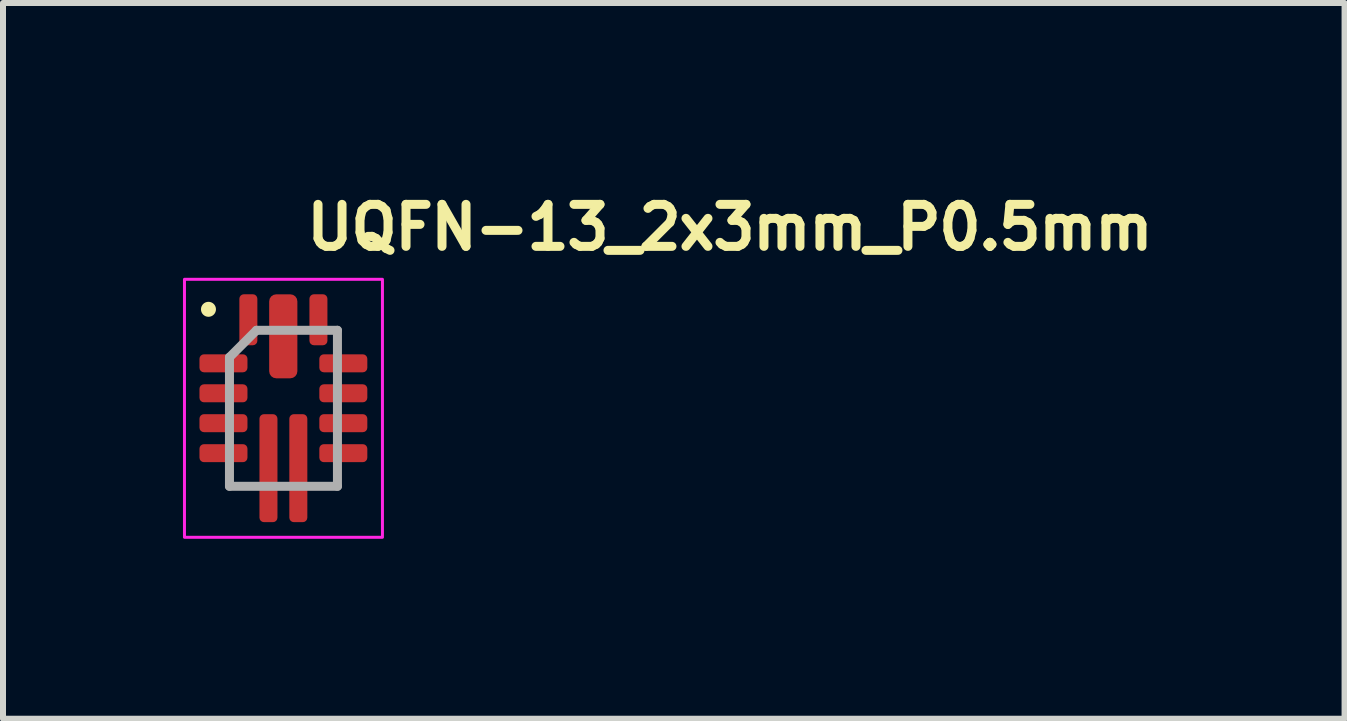
<source format=kicad_pcb>
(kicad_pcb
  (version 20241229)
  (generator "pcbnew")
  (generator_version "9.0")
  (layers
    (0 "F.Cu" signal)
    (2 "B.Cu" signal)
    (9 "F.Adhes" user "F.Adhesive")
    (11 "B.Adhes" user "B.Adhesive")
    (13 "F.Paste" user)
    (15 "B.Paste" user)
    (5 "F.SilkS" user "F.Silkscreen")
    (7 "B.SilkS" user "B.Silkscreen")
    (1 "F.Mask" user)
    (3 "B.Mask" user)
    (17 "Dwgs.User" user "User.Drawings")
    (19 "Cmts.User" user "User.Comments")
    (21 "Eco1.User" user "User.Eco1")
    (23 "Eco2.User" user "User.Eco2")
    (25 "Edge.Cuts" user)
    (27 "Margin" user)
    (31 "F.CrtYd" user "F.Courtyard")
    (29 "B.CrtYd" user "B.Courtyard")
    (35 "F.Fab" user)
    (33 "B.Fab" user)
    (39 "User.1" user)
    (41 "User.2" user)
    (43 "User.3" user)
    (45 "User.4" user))
  (footprint "UQFN-13_2x3mm_P0.5mm"
    (layer "F.Cu")
    (at 1.675 3.756)
    (property "Reference" "UQFN-13_2x3mm_P0.5mm" (at 0.311 -2.606 0) (layer "F.SilkS") (effects (font (size 0.7 0.7) (thickness 0.15)) (justify left bottom)))
    (attr smd)
    (fp_circle (center -1.25 -1.65) (end -1.2 -1.65) (stroke (width 0.15) (type solid)) (fill yes) (layer "F.SilkS"))
    (fp_rect (start -1.65 -2.15) (end 1.65 2.15) (stroke (width 0.05) (type solid)) (fill no) (layer "F.CrtYd"))
    (fp_line (start -0.9 -0.85) (end -0.45 -1.3) (stroke (width 0.15) (type solid)) (layer "F.Fab"))
    (fp_line (start -0.9 1.3) (end -0.9 -0.85) (stroke (width 0.15) (type solid)) (layer "F.Fab"))
    (fp_line (start -0.45 -1.3) (end 0.9 -1.3) (stroke (width 0.15) (type solid)) (layer "F.Fab"))
    (fp_line (start 0.9 -1.3) (end 0.9 1.3) (stroke (width 0.15) (type solid)) (layer "F.Fab"))
    (fp_line (start 0.9 1.3) (end -0.9 1.3) (stroke (width 0.15) (type solid)) (layer "F.Fab"))
    (fp_rect (start -0.902 -1.301) (end 0.9 1.3) (stroke (width 0.1) (type solid)) (fill no) (layer "User.5"))
    (fp_line (start -0.902 -1.301) (end -0.902 1.3) (stroke (width 0.02) (type solid)) (layer "User.9"))
    (fp_line (start -0.902 1.3) (end 0.9 1.3) (stroke (width 0.02) (type solid)) (layer "User.9"))
    (fp_line (start -0.776 -1.063) (end -0.776 -1.057) (stroke (width 0.02) (type solid)) (layer "User.9"))
    (fp_line (start -0.776 -1.063) (end -0.776 -1.057) (stroke (width 0.02) (type solid)) (layer "User.9"))
    (fp_line (start -0.776 -1.057) (end -0.776 -1.051) (stroke (width 0.02) (type solid)) (layer "User.9"))
    (fp_line (start -0.776 -1.057) (end -0.776 -1.051) (stroke (width 0.02) (type solid)) (layer "User.9"))
    (fp_line (start -0.776 -1.051) (end -0.776 -1.051) (stroke (width 0.02) (type solid)) (layer "User.9"))
    (fp_line (start -0.776 -1.051) (end -0.776 -1.051) (stroke (width 0.02) (type solid)) (layer "User.9"))
    (fp_line (start -0.776 -1.051) (end -0.776 -1.045) (stroke (width 0.02) (type solid)) (layer "User.9"))
    (fp_line (start -0.776 -1.051) (end -0.776 -1.045) (stroke (width 0.02) (type solid)) (layer "User.9"))
    (fp_line (start -0.776 -1.045) (end -0.776 -1.039) (stroke (width 0.02) (type solid)) (layer "User.9"))
    (fp_line (start -0.776 -1.045) (end -0.776 -1.039) (stroke (width 0.02) (type solid)) (layer "User.9"))
    (fp_line (start -0.776 -1.039) (end -0.775 -1.031) (stroke (width 0.02) (type solid)) (layer "User.9"))
    (fp_line (start -0.776 -1.039) (end -0.775 -1.031) (stroke (width 0.02) (type solid)) (layer "User.9"))
    (fp_line (start -0.775 -1.071) (end -0.776 -1.063) (stroke (width 0.02) (type solid)) (layer "User.9"))
    (fp_line (start -0.775 -1.071) (end -0.776 -1.063) (stroke (width 0.02) (type solid)) (layer "User.9"))
    (fp_line (start -0.775 -1.031) (end -0.774 -1.025) (stroke (width 0.02) (type solid)) (layer "User.9"))
    (fp_line (start -0.775 -1.031) (end -0.774 -1.025) (stroke (width 0.02) (type solid)) (layer "User.9"))
    (fp_line (start -0.774 -1.077) (end -0.775 -1.071) (stroke (width 0.02) (type solid)) (layer "User.9"))
    (fp_line (start -0.774 -1.077) (end -0.775 -1.071) (stroke (width 0.02) (type solid)) (layer "User.9"))
    (fp_line (start -0.774 -1.025) (end -0.772 -1.02) (stroke (width 0.02) (type solid)) (layer "User.9"))
    (fp_line (start -0.774 -1.025) (end -0.772 -1.02) (stroke (width 0.02) (type solid)) (layer "User.9"))
    (fp_line (start -0.772 -1.083) (end -0.774 -1.077) (stroke (width 0.02) (type solid)) (layer "User.9"))
    (fp_line (start -0.772 -1.083) (end -0.774 -1.077) (stroke (width 0.02) (type solid)) (layer "User.9"))
    (fp_line (start -0.772 -1.02) (end -0.771 -1.014) (stroke (width 0.02) (type solid)) (layer "User.9"))
    (fp_line (start -0.772 -1.02) (end -0.771 -1.014) (stroke (width 0.02) (type solid)) (layer "User.9"))
    (fp_line (start -0.771 -1.089) (end -0.772 -1.083) (stroke (width 0.02) (type solid)) (layer "User.9"))
    (fp_line (start -0.771 -1.089) (end -0.772 -1.083) (stroke (width 0.02) (type solid)) (layer "User.9"))
    (fp_line (start -0.771 -1.014) (end -0.768 -1.008) (stroke (width 0.02) (type solid)) (layer "User.9"))
    (fp_line (start -0.771 -1.014) (end -0.768 -1.008) (stroke (width 0.02) (type solid)) (layer "User.9"))
    (fp_line (start -0.768 -1.093) (end -0.771 -1.089) (stroke (width 0.02) (type solid)) (layer "User.9"))
    (fp_line (start -0.768 -1.093) (end -0.771 -1.089) (stroke (width 0.02) (type solid)) (layer "User.9"))
    (fp_line (start -0.768 -1.008) (end -0.766 -1.002) (stroke (width 0.02) (type solid)) (layer "User.9"))
    (fp_line (start -0.768 -1.008) (end -0.766 -1.002) (stroke (width 0.02) (type solid)) (layer "User.9"))
    (fp_line (start -0.766 -1.099) (end -0.768 -1.093) (stroke (width 0.02) (type solid)) (layer "User.9"))
    (fp_line (start -0.766 -1.099) (end -0.768 -1.093) (stroke (width 0.02) (type solid)) (layer "User.9"))
    (fp_line (start -0.766 -1.002) (end -0.763 -0.996) (stroke (width 0.02) (type solid)) (layer "User.9"))
    (fp_line (start -0.766 -1.002) (end -0.763 -0.996) (stroke (width 0.02) (type solid)) (layer "User.9"))
    (fp_line (start -0.763 -1.105) (end -0.766 -1.099) (stroke (width 0.02) (type solid)) (layer "User.9"))
    (fp_line (start -0.763 -1.105) (end -0.766 -1.099) (stroke (width 0.02) (type solid)) (layer "User.9"))
    (fp_line (start -0.763 -0.996) (end -0.76 -0.991) (stroke (width 0.02) (type solid)) (layer "User.9"))
    (fp_line (start -0.763 -0.996) (end -0.76 -0.991) (stroke (width 0.02) (type solid)) (layer "User.9"))
    (fp_line (start -0.76 -1.111) (end -0.763 -1.105) (stroke (width 0.02) (type solid)) (layer "User.9"))
    (fp_line (start -0.76 -1.111) (end -0.763 -1.105) (stroke (width 0.02) (type solid)) (layer "User.9"))
    (fp_line (start -0.76 -0.991) (end -0.757 -0.986) (stroke (width 0.02) (type solid)) (layer "User.9"))
    (fp_line (start -0.76 -0.991) (end -0.757 -0.986) (stroke (width 0.02) (type solid)) (layer "User.9"))
    (fp_line (start -0.757 -1.115) (end -0.76 -1.111) (stroke (width 0.02) (type solid)) (layer "User.9"))
    (fp_line (start -0.757 -1.115) (end -0.76 -1.111) (stroke (width 0.02) (type solid)) (layer "User.9"))
    (fp_line (start -0.757 -0.986) (end -0.754 -0.981) (stroke (width 0.02) (type solid)) (layer "User.9"))
    (fp_line (start -0.757 -0.986) (end -0.754 -0.981) (stroke (width 0.02) (type solid)) (layer "User.9"))
    (fp_line (start -0.754 -1.121) (end -0.757 -1.115) (stroke (width 0.02) (type solid)) (layer "User.9"))
    (fp_line (start -0.754 -1.121) (end -0.757 -1.115) (stroke (width 0.02) (type solid)) (layer "User.9"))
    (fp_line (start -0.754 -0.981) (end -0.751 -0.976) (stroke (width 0.02) (type solid)) (layer "User.9"))
    (fp_line (start -0.754 -0.981) (end -0.751 -0.976) (stroke (width 0.02) (type solid)) (layer "User.9"))
    (fp_line (start -0.751 -1.125) (end -0.754 -1.121) (stroke (width 0.02) (type solid)) (layer "User.9"))
    (fp_line (start -0.751 -1.125) (end -0.754 -1.121) (stroke (width 0.02) (type solid)) (layer "User.9"))
    (fp_line (start -0.751 -0.976) (end -0.747 -0.971) (stroke (width 0.02) (type solid)) (layer "User.9"))
    (fp_line (start -0.751 -0.976) (end -0.747 -0.971) (stroke (width 0.02) (type solid)) (layer "User.9"))
    (fp_line (start -0.747 -1.131) (end -0.751 -1.125) (stroke (width 0.02) (type solid)) (layer "User.9"))
    (fp_line (start -0.747 -1.131) (end -0.751 -1.125) (stroke (width 0.02) (type solid)) (layer "User.9"))
    (fp_line (start -0.747 -0.971) (end -0.743 -0.966) (stroke (width 0.02) (type solid)) (layer "User.9"))
    (fp_line (start -0.747 -0.971) (end -0.743 -0.966) (stroke (width 0.02) (type solid)) (layer "User.9"))
    (fp_line (start -0.743 -1.135) (end -0.747 -1.131) (stroke (width 0.02) (type solid)) (layer "User.9"))
    (fp_line (start -0.743 -1.135) (end -0.747 -1.131) (stroke (width 0.02) (type solid)) (layer "User.9"))
    (fp_line (start -0.743 -0.966) (end -0.739 -0.962) (stroke (width 0.02) (type solid)) (layer "User.9"))
    (fp_line (start -0.743 -0.966) (end -0.739 -0.962) (stroke (width 0.02) (type solid)) (layer "User.9"))
    (fp_line (start -0.739 -1.139) (end -0.743 -1.135) (stroke (width 0.02) (type solid)) (layer "User.9"))
    (fp_line (start -0.739 -1.139) (end -0.743 -1.135) (stroke (width 0.02) (type solid)) (layer "User.9"))
    (fp_line (start -0.739 -0.962) (end -0.734 -0.959) (stroke (width 0.02) (type solid)) (layer "User.9"))
    (fp_line (start -0.739 -0.962) (end -0.734 -0.959) (stroke (width 0.02) (type solid)) (layer "User.9"))
    (fp_line (start -0.734 -1.143) (end -0.739 -1.139) (stroke (width 0.02) (type solid)) (layer "User.9"))
    (fp_line (start -0.734 -1.143) (end -0.739 -1.139) (stroke (width 0.02) (type solid)) (layer "User.9"))
    (fp_line (start -0.734 -0.959) (end -0.73 -0.955) (stroke (width 0.02) (type solid)) (layer "User.9"))
    (fp_line (start -0.734 -0.959) (end -0.73 -0.955) (stroke (width 0.02) (type solid)) (layer "User.9"))
    (fp_line (start -0.73 -1.147) (end -0.734 -1.143) (stroke (width 0.02) (type solid)) (layer "User.9"))
    (fp_line (start -0.73 -1.147) (end -0.734 -1.143) (stroke (width 0.02) (type solid)) (layer "User.9"))
    (fp_line (start -0.73 -0.955) (end -0.725 -0.951) (stroke (width 0.02) (type solid)) (layer "User.9"))
    (fp_line (start -0.73 -0.955) (end -0.725 -0.951) (stroke (width 0.02) (type solid)) (layer "User.9"))
    (fp_line (start -0.725 -1.151) (end -0.73 -1.147) (stroke (width 0.02) (type solid)) (layer "User.9"))
    (fp_line (start -0.725 -1.151) (end -0.73 -1.147) (stroke (width 0.02) (type solid)) (layer "User.9"))
    (fp_line (start -0.725 -0.951) (end -0.72 -0.948) (stroke (width 0.02) (type solid)) (layer "User.9"))
    (fp_line (start -0.725 -0.951) (end -0.72 -0.948) (stroke (width 0.02) (type solid)) (layer "User.9"))
    (fp_line (start -0.72 -1.154) (end -0.725 -1.151) (stroke (width 0.02) (type solid)) (layer "User.9"))
    (fp_line (start -0.72 -1.154) (end -0.725 -1.151) (stroke (width 0.02) (type solid)) (layer "User.9"))
    (fp_line (start -0.72 -0.948) (end -0.715 -0.945) (stroke (width 0.02) (type solid)) (layer "User.9"))
    (fp_line (start -0.72 -0.948) (end -0.715 -0.945) (stroke (width 0.02) (type solid)) (layer "User.9"))
    (fp_line (start -0.715 -1.158) (end -0.72 -1.154) (stroke (width 0.02) (type solid)) (layer "User.9"))
    (fp_line (start -0.715 -1.158) (end -0.72 -1.154) (stroke (width 0.02) (type solid)) (layer "User.9"))
    (fp_line (start -0.715 -0.945) (end -0.71 -0.942) (stroke (width 0.02) (type solid)) (layer "User.9"))
    (fp_line (start -0.715 -0.945) (end -0.71 -0.942) (stroke (width 0.02) (type solid)) (layer "User.9"))
    (fp_line (start -0.71 -1.16) (end -0.715 -1.158) (stroke (width 0.02) (type solid)) (layer "User.9"))
    (fp_line (start -0.71 -1.16) (end -0.715 -1.158) (stroke (width 0.02) (type solid)) (layer "User.9"))
    (fp_line (start -0.71 -0.942) (end -0.705 -0.939) (stroke (width 0.02) (type solid)) (layer "User.9"))
    (fp_line (start -0.71 -0.942) (end -0.705 -0.939) (stroke (width 0.02) (type solid)) (layer "User.9"))
    (fp_line (start -0.705 -1.164) (end -0.71 -1.16) (stroke (width 0.02) (type solid)) (layer "User.9"))
    (fp_line (start -0.705 -1.164) (end -0.71 -1.16) (stroke (width 0.02) (type solid)) (layer "User.9"))
    (fp_line (start -0.705 -0.939) (end -0.7 -0.936) (stroke (width 0.02) (type solid)) (layer "User.9"))
    (fp_line (start -0.705 -0.939) (end -0.7 -0.936) (stroke (width 0.02) (type solid)) (layer "User.9"))
    (fp_line (start -0.7 -1.166) (end -0.705 -1.164) (stroke (width 0.02) (type solid)) (layer "User.9"))
    (fp_line (start -0.7 -1.166) (end -0.705 -1.164) (stroke (width 0.02) (type solid)) (layer "User.9"))
    (fp_line (start -0.7 -0.936) (end -0.694 -0.934) (stroke (width 0.02) (type solid)) (layer "User.9"))
    (fp_line (start -0.7 -0.936) (end -0.694 -0.934) (stroke (width 0.02) (type solid)) (layer "User.9"))
    (fp_line (start -0.694 -1.168) (end -0.7 -1.166) (stroke (width 0.02) (type solid)) (layer "User.9"))
    (fp_line (start -0.694 -1.168) (end -0.7 -1.166) (stroke (width 0.02) (type solid)) (layer "User.9"))
    (fp_line (start -0.694 -0.934) (end -0.689 -0.932) (stroke (width 0.02) (type solid)) (layer "User.9"))
    (fp_line (start -0.694 -0.934) (end -0.689 -0.932) (stroke (width 0.02) (type solid)) (layer "User.9"))
    (fp_line (start -0.689 -1.17) (end -0.694 -1.168) (stroke (width 0.02) (type solid)) (layer "User.9"))
    (fp_line (start -0.689 -1.17) (end -0.694 -1.168) (stroke (width 0.02) (type solid)) (layer "User.9"))
    (fp_line (start -0.689 -0.932) (end -0.683 -0.93) (stroke (width 0.02) (type solid)) (layer "User.9"))
    (fp_line (start -0.689 -0.932) (end -0.683 -0.93) (stroke (width 0.02) (type solid)) (layer "User.9"))
    (fp_line (start -0.683 -1.172) (end -0.689 -1.17) (stroke (width 0.02) (type solid)) (layer "User.9"))
    (fp_line (start -0.683 -1.172) (end -0.689 -1.17) (stroke (width 0.02) (type solid)) (layer "User.9"))
    (fp_line (start -0.683 -0.93) (end -0.677 -0.929) (stroke (width 0.02) (type solid)) (layer "User.9"))
    (fp_line (start -0.683 -0.93) (end -0.677 -0.929) (stroke (width 0.02) (type solid)) (layer "User.9"))
    (fp_line (start -0.677 -1.174) (end -0.683 -1.172) (stroke (width 0.02) (type solid)) (layer "User.9"))
    (fp_line (start -0.677 -1.174) (end -0.683 -1.172) (stroke (width 0.02) (type solid)) (layer "User.9"))
    (fp_line (start -0.677 -0.929) (end -0.671 -0.928) (stroke (width 0.02) (type solid)) (layer "User.9"))
    (fp_line (start -0.677 -0.929) (end -0.671 -0.928) (stroke (width 0.02) (type solid)) (layer "User.9"))
    (fp_line (start -0.671 -1.174) (end -0.677 -1.174) (stroke (width 0.02) (type solid)) (layer "User.9"))
    (fp_line (start -0.671 -1.174) (end -0.677 -1.174) (stroke (width 0.02) (type solid)) (layer "User.9"))
    (fp_line (start -0.671 -0.928) (end -0.664 -0.927) (stroke (width 0.02) (type solid)) (layer "User.9"))
    (fp_line (start -0.671 -0.928) (end -0.664 -0.927) (stroke (width 0.02) (type solid)) (layer "User.9"))
    (fp_line (start -0.664 -1.176) (end -0.671 -1.174) (stroke (width 0.02) (type solid)) (layer "User.9"))
    (fp_line (start -0.664 -1.176) (end -0.671 -1.174) (stroke (width 0.02) (type solid)) (layer "User.9"))
    (fp_line (start -0.664 -0.927) (end -0.658 -0.927) (stroke (width 0.02) (type solid)) (layer "User.9"))
    (fp_line (start -0.664 -0.927) (end -0.658 -0.927) (stroke (width 0.02) (type solid)) (layer "User.9"))
    (fp_line (start -0.658 -1.176) (end -0.664 -1.176) (stroke (width 0.02) (type solid)) (layer "User.9"))
    (fp_line (start -0.658 -1.176) (end -0.664 -1.176) (stroke (width 0.02) (type solid)) (layer "User.9"))
    (fp_line (start -0.658 -0.927) (end -0.652 -0.927) (stroke (width 0.02) (type solid)) (layer "User.9"))
    (fp_line (start -0.658 -0.927) (end -0.652 -0.927) (stroke (width 0.02) (type solid)) (layer "User.9"))
    (fp_line (start -0.652 -1.176) (end -0.658 -1.176) (stroke (width 0.02) (type solid)) (layer "User.9"))
    (fp_line (start -0.652 -1.176) (end -0.658 -1.176) (stroke (width 0.02) (type solid)) (layer "User.9"))
    (fp_line (start -0.652 -0.927) (end -0.645 -0.927) (stroke (width 0.02) (type solid)) (layer "User.9"))
    (fp_line (start -0.652 -0.927) (end -0.645 -0.927) (stroke (width 0.02) (type solid)) (layer "User.9"))
    (fp_line (start -0.645 -1.176) (end -0.652 -1.176) (stroke (width 0.02) (type solid)) (layer "User.9"))
    (fp_line (start -0.645 -1.176) (end -0.652 -1.176) (stroke (width 0.02) (type solid)) (layer "User.9"))
    (fp_line (start -0.645 -0.927) (end -0.638 -0.927) (stroke (width 0.02) (type solid)) (layer "User.9"))
    (fp_line (start -0.645 -0.927) (end -0.638 -0.927) (stroke (width 0.02) (type solid)) (layer "User.9"))
    (fp_line (start -0.638 -1.176) (end -0.645 -1.176) (stroke (width 0.02) (type solid)) (layer "User.9"))
    (fp_line (start -0.638 -1.176) (end -0.645 -1.176) (stroke (width 0.02) (type solid)) (layer "User.9"))
    (fp_line (start -0.638 -0.927) (end -0.631 -0.928) (stroke (width 0.02) (type solid)) (layer "User.9"))
    (fp_line (start -0.638 -0.927) (end -0.631 -0.928) (stroke (width 0.02) (type solid)) (layer "User.9"))
    (fp_line (start -0.631 -1.174) (end -0.638 -1.176) (stroke (width 0.02) (type solid)) (layer "User.9"))
    (fp_line (start -0.631 -1.174) (end -0.638 -1.176) (stroke (width 0.02) (type solid)) (layer "User.9"))
    (fp_line (start -0.631 -0.928) (end -0.625 -0.929) (stroke (width 0.02) (type solid)) (layer "User.9"))
    (fp_line (start -0.631 -0.928) (end -0.625 -0.929) (stroke (width 0.02) (type solid)) (layer "User.9"))
    (fp_line (start -0.625 -1.174) (end -0.631 -1.174) (stroke (width 0.02) (type solid)) (layer "User.9"))
    (fp_line (start -0.625 -1.174) (end -0.631 -1.174) (stroke (width 0.02) (type solid)) (layer "User.9"))
    (fp_line (start -0.625 -0.929) (end -0.619 -0.93) (stroke (width 0.02) (type solid)) (layer "User.9"))
    (fp_line (start -0.625 -0.929) (end -0.619 -0.93) (stroke (width 0.02) (type solid)) (layer "User.9"))
    (fp_line (start -0.619 -1.172) (end -0.625 -1.174) (stroke (width 0.02) (type solid)) (layer "User.9"))
    (fp_line (start -0.619 -1.172) (end -0.625 -1.174) (stroke (width 0.02) (type solid)) (layer "User.9"))
    (fp_line (start -0.619 -0.93) (end -0.613 -0.932) (stroke (width 0.02) (type solid)) (layer "User.9"))
    (fp_line (start -0.619 -0.93) (end -0.613 -0.932) (stroke (width 0.02) (type solid)) (layer "User.9"))
    (fp_line (start -0.613 -1.17) (end -0.619 -1.172) (stroke (width 0.02) (type solid)) (layer "User.9"))
    (fp_line (start -0.613 -1.17) (end -0.619 -1.172) (stroke (width 0.02) (type solid)) (layer "User.9"))
    (fp_line (start -0.613 -0.932) (end -0.608 -0.934) (stroke (width 0.02) (type solid)) (layer "User.9"))
    (fp_line (start -0.613 -0.932) (end -0.608 -0.934) (stroke (width 0.02) (type solid)) (layer "User.9"))
    (fp_line (start -0.608 -1.168) (end -0.613 -1.17) (stroke (width 0.02) (type solid)) (layer "User.9"))
    (fp_line (start -0.608 -1.168) (end -0.613 -1.17) (stroke (width 0.02) (type solid)) (layer "User.9"))
    (fp_line (start -0.608 -0.934) (end -0.602 -0.936) (stroke (width 0.02) (type solid)) (layer "User.9"))
    (fp_line (start -0.608 -0.934) (end -0.602 -0.936) (stroke (width 0.02) (type solid)) (layer "User.9"))
    (fp_line (start -0.602 -1.166) (end -0.608 -1.168) (stroke (width 0.02) (type solid)) (layer "User.9"))
    (fp_line (start -0.602 -1.166) (end -0.608 -1.168) (stroke (width 0.02) (type solid)) (layer "User.9"))
    (fp_line (start -0.602 -0.936) (end -0.596 -0.939) (stroke (width 0.02) (type solid)) (layer "User.9"))
    (fp_line (start -0.602 -0.936) (end -0.596 -0.939) (stroke (width 0.02) (type solid)) (layer "User.9"))
    (fp_line (start -0.596 -1.164) (end -0.602 -1.166) (stroke (width 0.02) (type solid)) (layer "User.9"))
    (fp_line (start -0.596 -1.164) (end -0.602 -1.166) (stroke (width 0.02) (type solid)) (layer "User.9"))
    (fp_line (start -0.596 -0.939) (end -0.591 -0.942) (stroke (width 0.02) (type solid)) (layer "User.9"))
    (fp_line (start -0.596 -0.939) (end -0.591 -0.942) (stroke (width 0.02) (type solid)) (layer "User.9"))
    (fp_line (start -0.591 -1.16) (end -0.596 -1.164) (stroke (width 0.02) (type solid)) (layer "User.9"))
    (fp_line (start -0.591 -1.16) (end -0.596 -1.164) (stroke (width 0.02) (type solid)) (layer "User.9"))
    (fp_line (start -0.591 -0.942) (end -0.586 -0.945) (stroke (width 0.02) (type solid)) (layer "User.9"))
    (fp_line (start -0.591 -0.942) (end -0.586 -0.945) (stroke (width 0.02) (type solid)) (layer "User.9"))
    (fp_line (start -0.586 -1.158) (end -0.591 -1.16) (stroke (width 0.02) (type solid)) (layer "User.9"))
    (fp_line (start -0.586 -1.158) (end -0.591 -1.16) (stroke (width 0.02) (type solid)) (layer "User.9"))
    (fp_line (start -0.586 -0.945) (end -0.581 -0.948) (stroke (width 0.02) (type solid)) (layer "User.9"))
    (fp_line (start -0.586 -0.945) (end -0.581 -0.948) (stroke (width 0.02) (type solid)) (layer "User.9"))
    (fp_line (start -0.581 -1.154) (end -0.586 -1.158) (stroke (width 0.02) (type solid)) (layer "User.9"))
    (fp_line (start -0.581 -1.154) (end -0.586 -1.158) (stroke (width 0.02) (type solid)) (layer "User.9"))
    (fp_line (start -0.581 -0.948) (end -0.577 -0.951) (stroke (width 0.02) (type solid)) (layer "User.9"))
    (fp_line (start -0.581 -0.948) (end -0.577 -0.951) (stroke (width 0.02) (type solid)) (layer "User.9"))
    (fp_line (start -0.577 -1.151) (end -0.581 -1.154) (stroke (width 0.02) (type solid)) (layer "User.9"))
    (fp_line (start -0.577 -1.151) (end -0.581 -1.154) (stroke (width 0.02) (type solid)) (layer "User.9"))
    (fp_line (start -0.577 -0.951) (end -0.572 -0.955) (stroke (width 0.02) (type solid)) (layer "User.9"))
    (fp_line (start -0.577 -0.951) (end -0.572 -0.955) (stroke (width 0.02) (type solid)) (layer "User.9"))
    (fp_line (start -0.572 -1.147) (end -0.577 -1.151) (stroke (width 0.02) (type solid)) (layer "User.9"))
    (fp_line (start -0.572 -1.147) (end -0.577 -1.151) (stroke (width 0.02) (type solid)) (layer "User.9"))
    (fp_line (start -0.572 -0.955) (end -0.568 -0.959) (stroke (width 0.02) (type solid)) (layer "User.9"))
    (fp_line (start -0.572 -0.955) (end -0.568 -0.959) (stroke (width 0.02) (type solid)) (layer "User.9"))
    (fp_line (start -0.568 -1.143) (end -0.572 -1.147) (stroke (width 0.02) (type solid)) (layer "User.9"))
    (fp_line (start -0.568 -1.143) (end -0.572 -1.147) (stroke (width 0.02) (type solid)) (layer "User.9"))
    (fp_line (start -0.568 -0.959) (end -0.563 -0.962) (stroke (width 0.02) (type solid)) (layer "User.9"))
    (fp_line (start -0.568 -0.959) (end -0.563 -0.962) (stroke (width 0.02) (type solid)) (layer "User.9"))
    (fp_line (start -0.563 -1.139) (end -0.568 -1.143) (stroke (width 0.02) (type solid)) (layer "User.9"))
    (fp_line (start -0.563 -1.139) (end -0.568 -1.143) (stroke (width 0.02) (type solid)) (layer "User.9"))
    (fp_line (start -0.563 -0.962) (end -0.559 -0.966) (stroke (width 0.02) (type solid)) (layer "User.9"))
    (fp_line (start -0.563 -0.962) (end -0.559 -0.966) (stroke (width 0.02) (type solid)) (layer "User.9"))
    (fp_line (start -0.559 -1.135) (end -0.563 -1.139) (stroke (width 0.02) (type solid)) (layer "User.9"))
    (fp_line (start -0.559 -1.135) (end -0.563 -1.139) (stroke (width 0.02) (type solid)) (layer "User.9"))
    (fp_line (start -0.559 -0.966) (end -0.555 -0.971) (stroke (width 0.02) (type solid)) (layer "User.9"))
    (fp_line (start -0.559 -0.966) (end -0.555 -0.971) (stroke (width 0.02) (type solid)) (layer "User.9"))
    (fp_line (start -0.555 -1.131) (end -0.559 -1.135) (stroke (width 0.02) (type solid)) (layer "User.9"))
    (fp_line (start -0.555 -1.131) (end -0.559 -1.135) (stroke (width 0.02) (type solid)) (layer "User.9"))
    (fp_line (start -0.555 -0.971) (end -0.551 -0.976) (stroke (width 0.02) (type solid)) (layer "User.9"))
    (fp_line (start -0.555 -0.971) (end -0.551 -0.976) (stroke (width 0.02) (type solid)) (layer "User.9"))
    (fp_line (start -0.551 -1.125) (end -0.555 -1.131) (stroke (width 0.02) (type solid)) (layer "User.9"))
    (fp_line (start -0.551 -1.125) (end -0.555 -1.131) (stroke (width 0.02) (type solid)) (layer "User.9"))
    (fp_line (start -0.551 -0.976) (end -0.548 -0.981) (stroke (width 0.02) (type solid)) (layer "User.9"))
    (fp_line (start -0.551 -0.976) (end -0.548 -0.981) (stroke (width 0.02) (type solid)) (layer "User.9"))
    (fp_line (start -0.548 -1.121) (end -0.551 -1.125) (stroke (width 0.02) (type solid)) (layer "User.9"))
    (fp_line (start -0.548 -1.121) (end -0.551 -1.125) (stroke (width 0.02) (type solid)) (layer "User.9"))
    (fp_line (start -0.548 -0.981) (end -0.545 -0.986) (stroke (width 0.02) (type solid)) (layer "User.9"))
    (fp_line (start -0.548 -0.981) (end -0.545 -0.986) (stroke (width 0.02) (type solid)) (layer "User.9"))
    (fp_line (start -0.545 -1.115) (end -0.548 -1.121) (stroke (width 0.02) (type solid)) (layer "User.9"))
    (fp_line (start -0.545 -1.115) (end -0.548 -1.121) (stroke (width 0.02) (type solid)) (layer "User.9"))
    (fp_line (start -0.545 -0.986) (end -0.542 -0.991) (stroke (width 0.02) (type solid)) (layer "User.9"))
    (fp_line (start -0.545 -0.986) (end -0.542 -0.991) (stroke (width 0.02) (type solid)) (layer "User.9"))
    (fp_line (start -0.542 -1.111) (end -0.545 -1.115) (stroke (width 0.02) (type solid)) (layer "User.9"))
    (fp_line (start -0.542 -1.111) (end -0.545 -1.115) (stroke (width 0.02) (type solid)) (layer "User.9"))
    (fp_line (start -0.542 -0.991) (end -0.539 -0.996) (stroke (width 0.02) (type solid)) (layer "User.9"))
    (fp_line (start -0.542 -0.991) (end -0.539 -0.996) (stroke (width 0.02) (type solid)) (layer "User.9"))
    (fp_line (start -0.539 -1.105) (end -0.542 -1.111) (stroke (width 0.02) (type solid)) (layer "User.9"))
    (fp_line (start -0.539 -1.105) (end -0.542 -1.111) (stroke (width 0.02) (type solid)) (layer "User.9"))
    (fp_line (start -0.539 -0.996) (end -0.536 -1.002) (stroke (width 0.02) (type solid)) (layer "User.9"))
    (fp_line (start -0.539 -0.996) (end -0.536 -1.002) (stroke (width 0.02) (type solid)) (layer "User.9"))
    (fp_line (start -0.536 -1.099) (end -0.539 -1.105) (stroke (width 0.02) (type solid)) (layer "User.9"))
    (fp_line (start -0.536 -1.099) (end -0.539 -1.105) (stroke (width 0.02) (type solid)) (layer "User.9"))
    (fp_line (start -0.536 -1.002) (end -0.534 -1.008) (stroke (width 0.02) (type solid)) (layer "User.9"))
    (fp_line (start -0.536 -1.002) (end -0.534 -1.008) (stroke (width 0.02) (type solid)) (layer "User.9"))
    (fp_line (start -0.534 -1.093) (end -0.536 -1.099) (stroke (width 0.02) (type solid)) (layer "User.9"))
    (fp_line (start -0.534 -1.093) (end -0.536 -1.099) (stroke (width 0.02) (type solid)) (layer "User.9"))
    (fp_line (start -0.534 -1.008) (end -0.532 -1.014) (stroke (width 0.02) (type solid)) (layer "User.9"))
    (fp_line (start -0.534 -1.008) (end -0.532 -1.014) (stroke (width 0.02) (type solid)) (layer "User.9"))
    (fp_line (start -0.532 -1.089) (end -0.534 -1.093) (stroke (width 0.02) (type solid)) (layer "User.9"))
    (fp_line (start -0.532 -1.089) (end -0.534 -1.093) (stroke (width 0.02) (type solid)) (layer "User.9"))
    (fp_line (start -0.532 -1.014) (end -0.531 -1.02) (stroke (width 0.02) (type solid)) (layer "User.9"))
    (fp_line (start -0.532 -1.014) (end -0.531 -1.02) (stroke (width 0.02) (type solid)) (layer "User.9"))
    (fp_line (start -0.531 -1.083) (end -0.532 -1.089) (stroke (width 0.02) (type solid)) (layer "User.9"))
    (fp_line (start -0.531 -1.083) (end -0.532 -1.089) (stroke (width 0.02) (type solid)) (layer "User.9"))
    (fp_line (start -0.531 -1.02) (end -0.529 -1.025) (stroke (width 0.02) (type solid)) (layer "User.9"))
    (fp_line (start -0.531 -1.02) (end -0.529 -1.025) (stroke (width 0.02) (type solid)) (layer "User.9"))
    (fp_line (start -0.529 -1.077) (end -0.531 -1.083) (stroke (width 0.02) (type solid)) (layer "User.9"))
    (fp_line (start -0.529 -1.077) (end -0.531 -1.083) (stroke (width 0.02) (type solid)) (layer "User.9"))
    (fp_line (start -0.529 -1.025) (end -0.528 -1.031) (stroke (width 0.02) (type solid)) (layer "User.9"))
    (fp_line (start -0.529 -1.025) (end -0.528 -1.031) (stroke (width 0.02) (type solid)) (layer "User.9"))
    (fp_line (start -0.528 -1.071) (end -0.529 -1.077) (stroke (width 0.02) (type solid)) (layer "User.9"))
    (fp_line (start -0.528 -1.071) (end -0.529 -1.077) (stroke (width 0.02) (type solid)) (layer "User.9"))
    (fp_line (start -0.528 -1.031) (end -0.527 -1.039) (stroke (width 0.02) (type solid)) (layer "User.9"))
    (fp_line (start -0.528 -1.031) (end -0.527 -1.039) (stroke (width 0.02) (type solid)) (layer "User.9"))
    (fp_line (start -0.527 -1.063) (end -0.528 -1.071) (stroke (width 0.02) (type solid)) (layer "User.9"))
    (fp_line (start -0.527 -1.063) (end -0.528 -1.071) (stroke (width 0.02) (type solid)) (layer "User.9"))
    (fp_line (start -0.527 -1.057) (end -0.527 -1.063) (stroke (width 0.02) (type solid)) (layer "User.9"))
    (fp_line (start -0.527 -1.057) (end -0.527 -1.063) (stroke (width 0.02) (type solid)) (layer "User.9"))
    (fp_line (start -0.527 -1.051) (end -0.527 -1.057) (stroke (width 0.02) (type solid)) (layer "User.9"))
    (fp_line (start -0.527 -1.051) (end -0.527 -1.057) (stroke (width 0.02) (type solid)) (layer "User.9"))
    (fp_line (start -0.527 -1.051) (end -0.527 -1.051) (stroke (width 0.02) (type solid)) (layer "User.9"))
    (fp_line (start -0.527 -1.051) (end -0.527 -1.051) (stroke (width 0.02) (type solid)) (layer "User.9"))
    (fp_line (start -0.527 -1.045) (end -0.527 -1.051) (stroke (width 0.02) (type solid)) (layer "User.9"))
    (fp_line (start -0.527 -1.045) (end -0.527 -1.051) (stroke (width 0.02) (type solid)) (layer "User.9"))
    (fp_line (start -0.527 -1.039) (end -0.527 -1.045) (stroke (width 0.02) (type solid)) (layer "User.9"))
    (fp_line (start -0.527 -1.039) (end -0.527 -1.045) (stroke (width 0.02) (type solid)) (layer "User.9"))
    (fp_line (start 0.9 -1.301) (end -0.902 -1.301) (stroke (width 0.02) (type solid)) (layer "User.9"))
    (fp_line (start 0.9 1.3) (end 0.9 -1.301) (stroke (width 0.02) (type solid)) (layer "User.9"))
    (pad "1" smd roundrect (at -1 -0.75 180) (size 0.8 0.3) (layers "F.Cu" "F.Mask" "F.Paste") (roundrect_rratio 0.25))
    (pad "2" smd roundrect (at -1 -0.25 180) (size 0.8 0.3) (layers "F.Cu" "F.Mask" "F.Paste") (roundrect_rratio 0.25))
    (pad "3" smd roundrect (at -1 0.248 180) (size 0.8 0.3) (layers "F.Cu" "F.Mask" "F.Paste") (roundrect_rratio 0.25))
    (pad "4" smd roundrect (at -1 0.748 180) (size 0.8 0.3) (layers "F.Cu" "F.Mask" "F.Paste") (roundrect_rratio 0.25))
    (pad "5" smd roundrect (at -0.25 0.998 90) (size 1.8 0.3) (layers "F.Cu" "F.Mask" "F.Paste") (roundrect_rratio 0.25))
    (pad "6" smd roundrect (at 0.248 0.998 90) (size 1.8 0.3) (layers "F.Cu" "F.Mask" "F.Paste") (roundrect_rratio 0.25))
    (pad "7" smd roundrect (at 0.998 0.748 180) (size 0.8 0.3) (layers "F.Cu" "F.Mask" "F.Paste") (roundrect_rratio 0.25))
    (pad "8" smd roundrect (at 0.998 0.248 180) (size 0.8 0.3) (layers "F.Cu" "F.Mask" "F.Paste") (roundrect_rratio 0.25))
    (pad "9" smd roundrect (at 0.998 -0.25 180) (size 0.8 0.3) (layers "F.Cu" "F.Mask" "F.Paste") (roundrect_rratio 0.25))
    (pad "10" smd roundrect (at 0.998 -0.75 180) (size 0.8 0.3) (layers "F.Cu" "F.Mask" "F.Paste") (roundrect_rratio 0.25))
    (pad "11" smd roundrect (at 0.583 -1.476 90) (size 0.85 0.3) (layers "F.Cu" "F.Mask" "F.Paste") (roundrect_rratio 0.25))
    (pad "12" smd roundrect (at -0.003 -1.2 270) (size 1.4 0.47) (layers "F.Cu" "F.Mask" "F.Paste") (roundrect_rratio 0.25))
    (pad "13" smd roundrect (at -0.585 -1.476 90) (size 0.85 0.3) (layers "F.Cu" "F.Mask" "F.Paste") (roundrect_rratio 0.25)))
  (gr_rect
    (start -3 -3)
    (end 19.363 8.931)
    (stroke (width 0.1) (type default))
    (fill no)
    (layer "Edge.Cuts")))
</source>
